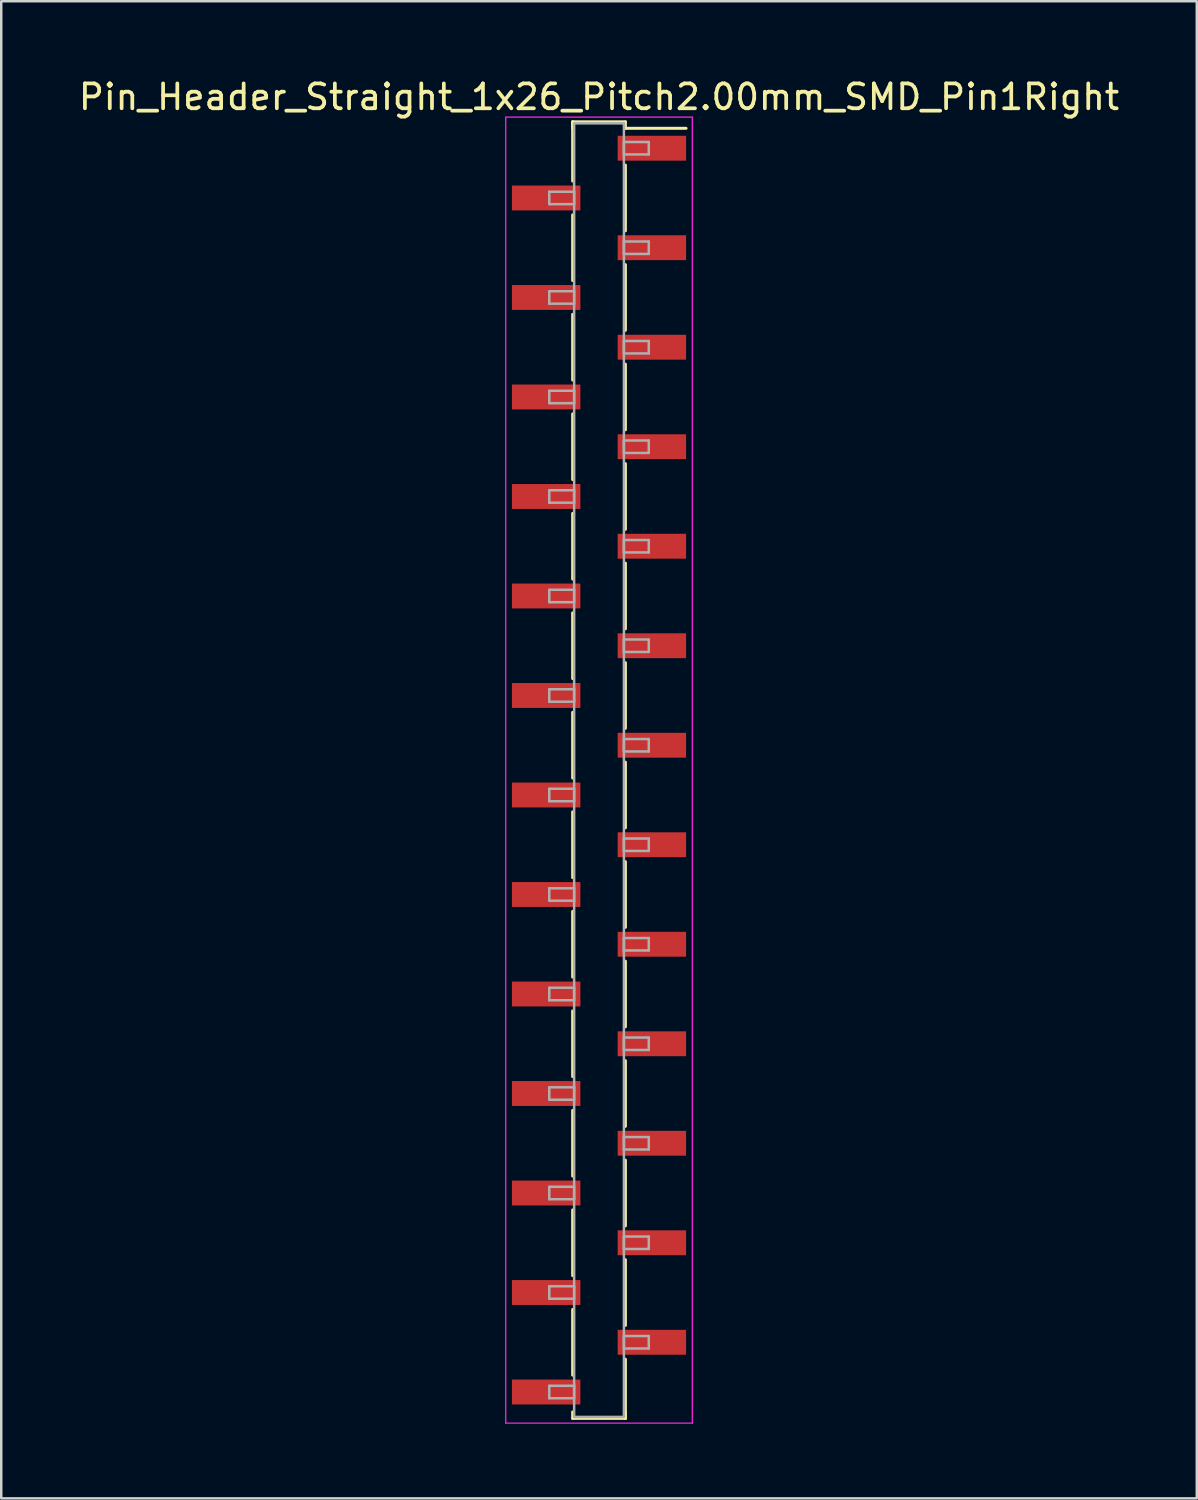
<source format=kicad_pcb>
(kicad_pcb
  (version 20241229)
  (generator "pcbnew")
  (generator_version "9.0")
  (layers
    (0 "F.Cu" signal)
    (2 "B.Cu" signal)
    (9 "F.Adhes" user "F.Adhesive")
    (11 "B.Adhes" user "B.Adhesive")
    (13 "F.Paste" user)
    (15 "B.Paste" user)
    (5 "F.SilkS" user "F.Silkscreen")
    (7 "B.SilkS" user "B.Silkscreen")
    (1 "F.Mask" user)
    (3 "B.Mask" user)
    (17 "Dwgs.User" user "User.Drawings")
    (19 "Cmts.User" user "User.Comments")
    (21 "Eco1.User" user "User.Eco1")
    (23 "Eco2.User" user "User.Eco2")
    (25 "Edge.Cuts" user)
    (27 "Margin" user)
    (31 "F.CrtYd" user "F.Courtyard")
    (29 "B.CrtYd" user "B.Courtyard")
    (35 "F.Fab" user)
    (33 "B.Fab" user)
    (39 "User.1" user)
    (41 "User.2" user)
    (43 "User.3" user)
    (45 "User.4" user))
  (footprint "Pin_Header_Straight_1x26_Pitch2.00mm_SMD_Pin1Right"
    (layer "F.Cu")
    (at 21.03 27.908)
    (property "Reference" "Pin_Header_Straight_1x26_Pitch2.00mm_SMD_Pin1Right" (at 0 -27.06 0) (layer "F.SilkS") (effects (font (size 1 1) (thickness 0.15))))
    (attr smd)
    (fp_line (start -1.06 -26.06) (end -1.06 -23.68) (stroke (width 0.12) (type solid)) (layer "F.SilkS"))
    (fp_line (start -1.06 -26.06) (end 1.06 -26.06) (stroke (width 0.12) (type solid)) (layer "F.SilkS"))
    (fp_line (start -1.06 -25.8) (end -1.06 -26.06) (stroke (width 0.12) (type solid)) (layer "F.SilkS"))
    (fp_line (start -1.06 -22.32) (end -1.06 -19.68) (stroke (width 0.12) (type solid)) (layer "F.SilkS"))
    (fp_line (start -1.06 -18.32) (end -1.06 -15.68) (stroke (width 0.12) (type solid)) (layer "F.SilkS"))
    (fp_line (start -1.06 -14.32) (end -1.06 -11.68) (stroke (width 0.12) (type solid)) (layer "F.SilkS"))
    (fp_line (start -1.06 -10.32) (end -1.06 -7.68) (stroke (width 0.12) (type solid)) (layer "F.SilkS"))
    (fp_line (start -1.06 -6.32) (end -1.06 -3.68) (stroke (width 0.12) (type solid)) (layer "F.SilkS"))
    (fp_line (start -1.06 -2.32) (end -1.06 0.32) (stroke (width 0.12) (type solid)) (layer "F.SilkS"))
    (fp_line (start -1.06 1.68) (end -1.06 4.32) (stroke (width 0.12) (type solid)) (layer "F.SilkS"))
    (fp_line (start -1.06 5.68) (end -1.06 8.32) (stroke (width 0.12) (type solid)) (layer "F.SilkS"))
    (fp_line (start -1.06 9.68) (end -1.06 12.32) (stroke (width 0.12) (type solid)) (layer "F.SilkS"))
    (fp_line (start -1.06 13.68) (end -1.06 16.32) (stroke (width 0.12) (type solid)) (layer "F.SilkS"))
    (fp_line (start -1.06 17.68) (end -1.06 20.32) (stroke (width 0.12) (type solid)) (layer "F.SilkS"))
    (fp_line (start -1.06 21.68) (end -1.06 24.32) (stroke (width 0.12) (type solid)) (layer "F.SilkS"))
    (fp_line (start -1.06 25.8) (end -1.06 26.06) (stroke (width 0.12) (type solid)) (layer "F.SilkS"))
    (fp_line (start -1.06 26.06) (end 1.06 26.06) (stroke (width 0.12) (type solid)) (layer "F.SilkS"))
    (fp_line (start 1.06 -26.06) (end 1.06 -25.8) (stroke (width 0.12) (type solid)) (layer "F.SilkS"))
    (fp_line (start 1.06 -25.8) (end 3.5 -25.8) (stroke (width 0.12) (type solid)) (layer "F.SilkS"))
    (fp_line (start 1.06 -24.32) (end 1.06 -21.68) (stroke (width 0.12) (type solid)) (layer "F.SilkS"))
    (fp_line (start 1.06 -20.32) (end 1.06 -17.68) (stroke (width 0.12) (type solid)) (layer "F.SilkS"))
    (fp_line (start 1.06 -16.32) (end 1.06 -13.68) (stroke (width 0.12) (type solid)) (layer "F.SilkS"))
    (fp_line (start 1.06 -12.32) (end 1.06 -9.68) (stroke (width 0.12) (type solid)) (layer "F.SilkS"))
    (fp_line (start 1.06 -8.32) (end 1.06 -5.68) (stroke (width 0.12) (type solid)) (layer "F.SilkS"))
    (fp_line (start 1.06 -4.32) (end 1.06 -1.68) (stroke (width 0.12) (type solid)) (layer "F.SilkS"))
    (fp_line (start 1.06 -0.32) (end 1.06 2.32) (stroke (width 0.12) (type solid)) (layer "F.SilkS"))
    (fp_line (start 1.06 3.68) (end 1.06 6.32) (stroke (width 0.12) (type solid)) (layer "F.SilkS"))
    (fp_line (start 1.06 7.68) (end 1.06 10.32) (stroke (width 0.12) (type solid)) (layer "F.SilkS"))
    (fp_line (start 1.06 11.68) (end 1.06 14.32) (stroke (width 0.12) (type solid)) (layer "F.SilkS"))
    (fp_line (start 1.06 15.68) (end 1.06 18.32) (stroke (width 0.12) (type solid)) (layer "F.SilkS"))
    (fp_line (start 1.06 19.68) (end 1.06 22.32) (stroke (width 0.12) (type solid)) (layer "F.SilkS"))
    (fp_line (start 1.06 23.68) (end 1.06 26.06) (stroke (width 0.12) (type solid)) (layer "F.SilkS"))
    (fp_line (start 1.06 26.06) (end 1.06 25.8) (stroke (width 0.12) (type solid)) (layer "F.SilkS"))
    (fp_line (start -3.75 -26.25) (end -3.75 26.25) (stroke (width 0.05) (type solid)) (layer "F.CrtYd"))
    (fp_line (start -3.75 26.25) (end 3.75 26.25) (stroke (width 0.05) (type solid)) (layer "F.CrtYd"))
    (fp_line (start 3.75 -26.25) (end -3.75 -26.25) (stroke (width 0.05) (type solid)) (layer "F.CrtYd"))
    (fp_line (start 3.75 26.25) (end 3.75 -26.25) (stroke (width 0.05) (type solid)) (layer "F.CrtYd"))
    (fp_line (start -2 -23.25) (end -1 -23.25) (stroke (width 0.1) (type solid)) (layer "F.Fab"))
    (fp_line (start -2 -22.75) (end -2 -23.25) (stroke (width 0.1) (type solid)) (layer "F.Fab"))
    (fp_line (start -2 -19.25) (end -1 -19.25) (stroke (width 0.1) (type solid)) (layer "F.Fab"))
    (fp_line (start -2 -18.75) (end -2 -19.25) (stroke (width 0.1) (type solid)) (layer "F.Fab"))
    (fp_line (start -2 -15.25) (end -1 -15.25) (stroke (width 0.1) (type solid)) (layer "F.Fab"))
    (fp_line (start -2 -14.75) (end -2 -15.25) (stroke (width 0.1) (type solid)) (layer "F.Fab"))
    (fp_line (start -2 -11.25) (end -1 -11.25) (stroke (width 0.1) (type solid)) (layer "F.Fab"))
    (fp_line (start -2 -10.75) (end -2 -11.25) (stroke (width 0.1) (type solid)) (layer "F.Fab"))
    (fp_line (start -2 -7.25) (end -1 -7.25) (stroke (width 0.1) (type solid)) (layer "F.Fab"))
    (fp_line (start -2 -6.75) (end -2 -7.25) (stroke (width 0.1) (type solid)) (layer "F.Fab"))
    (fp_line (start -2 -3.25) (end -1 -3.25) (stroke (width 0.1) (type solid)) (layer "F.Fab"))
    (fp_line (start -2 -2.75) (end -2 -3.25) (stroke (width 0.1) (type solid)) (layer "F.Fab"))
    (fp_line (start -2 0.75) (end -1 0.75) (stroke (width 0.1) (type solid)) (layer "F.Fab"))
    (fp_line (start -2 1.25) (end -2 0.75) (stroke (width 0.1) (type solid)) (layer "F.Fab"))
    (fp_line (start -2 4.75) (end -1 4.75) (stroke (width 0.1) (type solid)) (layer "F.Fab"))
    (fp_line (start -2 5.25) (end -2 4.75) (stroke (width 0.1) (type solid)) (layer "F.Fab"))
    (fp_line (start -2 8.75) (end -1 8.75) (stroke (width 0.1) (type solid)) (layer "F.Fab"))
    (fp_line (start -2 9.25) (end -2 8.75) (stroke (width 0.1) (type solid)) (layer "F.Fab"))
    (fp_line (start -2 12.75) (end -1 12.75) (stroke (width 0.1) (type solid)) (layer "F.Fab"))
    (fp_line (start -2 13.25) (end -2 12.75) (stroke (width 0.1) (type solid)) (layer "F.Fab"))
    (fp_line (start -2 16.75) (end -1 16.75) (stroke (width 0.1) (type solid)) (layer "F.Fab"))
    (fp_line (start -2 17.25) (end -2 16.75) (stroke (width 0.1) (type solid)) (layer "F.Fab"))
    (fp_line (start -2 20.75) (end -1 20.75) (stroke (width 0.1) (type solid)) (layer "F.Fab"))
    (fp_line (start -2 21.25) (end -2 20.75) (stroke (width 0.1) (type solid)) (layer "F.Fab"))
    (fp_line (start -2 24.75) (end -1 24.75) (stroke (width 0.1) (type solid)) (layer "F.Fab"))
    (fp_line (start -2 25.25) (end -2 24.75) (stroke (width 0.1) (type solid)) (layer "F.Fab"))
    (fp_line (start -1 -26) (end -1 26) (stroke (width 0.1) (type solid)) (layer "F.Fab"))
    (fp_line (start -1 -23.25) (end -1 -22.75) (stroke (width 0.1) (type solid)) (layer "F.Fab"))
    (fp_line (start -1 -22.75) (end -2 -22.75) (stroke (width 0.1) (type solid)) (layer "F.Fab"))
    (fp_line (start -1 -19.25) (end -1 -18.75) (stroke (width 0.1) (type solid)) (layer "F.Fab"))
    (fp_line (start -1 -18.75) (end -2 -18.75) (stroke (width 0.1) (type solid)) (layer "F.Fab"))
    (fp_line (start -1 -15.25) (end -1 -14.75) (stroke (width 0.1) (type solid)) (layer "F.Fab"))
    (fp_line (start -1 -14.75) (end -2 -14.75) (stroke (width 0.1) (type solid)) (layer "F.Fab"))
    (fp_line (start -1 -11.25) (end -1 -10.75) (stroke (width 0.1) (type solid)) (layer "F.Fab"))
    (fp_line (start -1 -10.75) (end -2 -10.75) (stroke (width 0.1) (type solid)) (layer "F.Fab"))
    (fp_line (start -1 -7.25) (end -1 -6.75) (stroke (width 0.1) (type solid)) (layer "F.Fab"))
    (fp_line (start -1 -6.75) (end -2 -6.75) (stroke (width 0.1) (type solid)) (layer "F.Fab"))
    (fp_line (start -1 -3.25) (end -1 -2.75) (stroke (width 0.1) (type solid)) (layer "F.Fab"))
    (fp_line (start -1 -2.75) (end -2 -2.75) (stroke (width 0.1) (type solid)) (layer "F.Fab"))
    (fp_line (start -1 0.75) (end -1 1.25) (stroke (width 0.1) (type solid)) (layer "F.Fab"))
    (fp_line (start -1 1.25) (end -2 1.25) (stroke (width 0.1) (type solid)) (layer "F.Fab"))
    (fp_line (start -1 4.75) (end -1 5.25) (stroke (width 0.1) (type solid)) (layer "F.Fab"))
    (fp_line (start -1 5.25) (end -2 5.25) (stroke (width 0.1) (type solid)) (layer "F.Fab"))
    (fp_line (start -1 8.75) (end -1 9.25) (stroke (width 0.1) (type solid)) (layer "F.Fab"))
    (fp_line (start -1 9.25) (end -2 9.25) (stroke (width 0.1) (type solid)) (layer "F.Fab"))
    (fp_line (start -1 12.75) (end -1 13.25) (stroke (width 0.1) (type solid)) (layer "F.Fab"))
    (fp_line (start -1 13.25) (end -2 13.25) (stroke (width 0.1) (type solid)) (layer "F.Fab"))
    (fp_line (start -1 16.75) (end -1 17.25) (stroke (width 0.1) (type solid)) (layer "F.Fab"))
    (fp_line (start -1 17.25) (end -2 17.25) (stroke (width 0.1) (type solid)) (layer "F.Fab"))
    (fp_line (start -1 20.75) (end -1 21.25) (stroke (width 0.1) (type solid)) (layer "F.Fab"))
    (fp_line (start -1 21.25) (end -2 21.25) (stroke (width 0.1) (type solid)) (layer "F.Fab"))
    (fp_line (start -1 24.75) (end -1 25.25) (stroke (width 0.1) (type solid)) (layer "F.Fab"))
    (fp_line (start -1 25.25) (end -2 25.25) (stroke (width 0.1) (type solid)) (layer "F.Fab"))
    (fp_line (start -1 26) (end 1 26) (stroke (width 0.1) (type solid)) (layer "F.Fab"))
    (fp_line (start 1 -26) (end -1 -26) (stroke (width 0.1) (type solid)) (layer "F.Fab"))
    (fp_line (start 1 -25.25) (end 1 -24.75) (stroke (width 0.1) (type solid)) (layer "F.Fab"))
    (fp_line (start 1 -24.75) (end 2 -24.75) (stroke (width 0.1) (type solid)) (layer "F.Fab"))
    (fp_line (start 1 -21.25) (end 1 -20.75) (stroke (width 0.1) (type solid)) (layer "F.Fab"))
    (fp_line (start 1 -20.75) (end 2 -20.75) (stroke (width 0.1) (type solid)) (layer "F.Fab"))
    (fp_line (start 1 -17.25) (end 1 -16.75) (stroke (width 0.1) (type solid)) (layer "F.Fab"))
    (fp_line (start 1 -16.75) (end 2 -16.75) (stroke (width 0.1) (type solid)) (layer "F.Fab"))
    (fp_line (start 1 -13.25) (end 1 -12.75) (stroke (width 0.1) (type solid)) (layer "F.Fab"))
    (fp_line (start 1 -12.75) (end 2 -12.75) (stroke (width 0.1) (type solid)) (layer "F.Fab"))
    (fp_line (start 1 -9.25) (end 1 -8.75) (stroke (width 0.1) (type solid)) (layer "F.Fab"))
    (fp_line (start 1 -8.75) (end 2 -8.75) (stroke (width 0.1) (type solid)) (layer "F.Fab"))
    (fp_line (start 1 -5.25) (end 1 -4.75) (stroke (width 0.1) (type solid)) (layer "F.Fab"))
    (fp_line (start 1 -4.75) (end 2 -4.75) (stroke (width 0.1) (type solid)) (layer "F.Fab"))
    (fp_line (start 1 -1.25) (end 1 -0.75) (stroke (width 0.1) (type solid)) (layer "F.Fab"))
    (fp_line (start 1 -0.75) (end 2 -0.75) (stroke (width 0.1) (type solid)) (layer "F.Fab"))
    (fp_line (start 1 2.75) (end 1 3.25) (stroke (width 0.1) (type solid)) (layer "F.Fab"))
    (fp_line (start 1 3.25) (end 2 3.25) (stroke (width 0.1) (type solid)) (layer "F.Fab"))
    (fp_line (start 1 6.75) (end 1 7.25) (stroke (width 0.1) (type solid)) (layer "F.Fab"))
    (fp_line (start 1 7.25) (end 2 7.25) (stroke (width 0.1) (type solid)) (layer "F.Fab"))
    (fp_line (start 1 10.75) (end 1 11.25) (stroke (width 0.1) (type solid)) (layer "F.Fab"))
    (fp_line (start 1 11.25) (end 2 11.25) (stroke (width 0.1) (type solid)) (layer "F.Fab"))
    (fp_line (start 1 14.75) (end 1 15.25) (stroke (width 0.1) (type solid)) (layer "F.Fab"))
    (fp_line (start 1 15.25) (end 2 15.25) (stroke (width 0.1) (type solid)) (layer "F.Fab"))
    (fp_line (start 1 18.75) (end 1 19.25) (stroke (width 0.1) (type solid)) (layer "F.Fab"))
    (fp_line (start 1 19.25) (end 2 19.25) (stroke (width 0.1) (type solid)) (layer "F.Fab"))
    (fp_line (start 1 22.75) (end 1 23.25) (stroke (width 0.1) (type solid)) (layer "F.Fab"))
    (fp_line (start 1 23.25) (end 2 23.25) (stroke (width 0.1) (type solid)) (layer "F.Fab"))
    (fp_line (start 1 26) (end 1 -26) (stroke (width 0.1) (type solid)) (layer "F.Fab"))
    (fp_line (start 2 -25.25) (end 1 -25.25) (stroke (width 0.1) (type solid)) (layer "F.Fab"))
    (fp_line (start 2 -24.75) (end 2 -25.25) (stroke (width 0.1) (type solid)) (layer "F.Fab"))
    (fp_line (start 2 -21.25) (end 1 -21.25) (stroke (width 0.1) (type solid)) (layer "F.Fab"))
    (fp_line (start 2 -20.75) (end 2 -21.25) (stroke (width 0.1) (type solid)) (layer "F.Fab"))
    (fp_line (start 2 -17.25) (end 1 -17.25) (stroke (width 0.1) (type solid)) (layer "F.Fab"))
    (fp_line (start 2 -16.75) (end 2 -17.25) (stroke (width 0.1) (type solid)) (layer "F.Fab"))
    (fp_line (start 2 -13.25) (end 1 -13.25) (stroke (width 0.1) (type solid)) (layer "F.Fab"))
    (fp_line (start 2 -12.75) (end 2 -13.25) (stroke (width 0.1) (type solid)) (layer "F.Fab"))
    (fp_line (start 2 -9.25) (end 1 -9.25) (stroke (width 0.1) (type solid)) (layer "F.Fab"))
    (fp_line (start 2 -8.75) (end 2 -9.25) (stroke (width 0.1) (type solid)) (layer "F.Fab"))
    (fp_line (start 2 -5.25) (end 1 -5.25) (stroke (width 0.1) (type solid)) (layer "F.Fab"))
    (fp_line (start 2 -4.75) (end 2 -5.25) (stroke (width 0.1) (type solid)) (layer "F.Fab"))
    (fp_line (start 2 -1.25) (end 1 -1.25) (stroke (width 0.1) (type solid)) (layer "F.Fab"))
    (fp_line (start 2 -0.75) (end 2 -1.25) (stroke (width 0.1) (type solid)) (layer "F.Fab"))
    (fp_line (start 2 2.75) (end 1 2.75) (stroke (width 0.1) (type solid)) (layer "F.Fab"))
    (fp_line (start 2 3.25) (end 2 2.75) (stroke (width 0.1) (type solid)) (layer "F.Fab"))
    (fp_line (start 2 6.75) (end 1 6.75) (stroke (width 0.1) (type solid)) (layer "F.Fab"))
    (fp_line (start 2 7.25) (end 2 6.75) (stroke (width 0.1) (type solid)) (layer "F.Fab"))
    (fp_line (start 2 10.75) (end 1 10.75) (stroke (width 0.1) (type solid)) (layer "F.Fab"))
    (fp_line (start 2 11.25) (end 2 10.75) (stroke (width 0.1) (type solid)) (layer "F.Fab"))
    (fp_line (start 2 14.75) (end 1 14.75) (stroke (width 0.1) (type solid)) (layer "F.Fab"))
    (fp_line (start 2 15.25) (end 2 14.75) (stroke (width 0.1) (type solid)) (layer "F.Fab"))
    (fp_line (start 2 18.75) (end 1 18.75) (stroke (width 0.1) (type solid)) (layer "F.Fab"))
    (fp_line (start 2 19.25) (end 2 18.75) (stroke (width 0.1) (type solid)) (layer "F.Fab"))
    (fp_line (start 2 22.75) (end 1 22.75) (stroke (width 0.1) (type solid)) (layer "F.Fab"))
    (fp_line (start 2 23.25) (end 2 22.75) (stroke (width 0.1) (type solid)) (layer "F.Fab"))
    (pad "1" smd rect (at 2.125 -25) (size 2.75 1) (layers "F.Cu" "F.Mask"))
    (pad "2" smd rect (at -2.125 -23) (size 2.75 1) (layers "F.Cu" "F.Mask"))
    (pad "3" smd rect (at 2.125 -21) (size 2.75 1) (layers "F.Cu" "F.Mask"))
    (pad "4" smd rect (at -2.125 -19) (size 2.75 1) (layers "F.Cu" "F.Mask"))
    (pad "5" smd rect (at 2.125 -17) (size 2.75 1) (layers "F.Cu" "F.Mask"))
    (pad "6" smd rect (at -2.125 -15) (size 2.75 1) (layers "F.Cu" "F.Mask"))
    (pad "7" smd rect (at 2.125 -13) (size 2.75 1) (layers "F.Cu" "F.Mask"))
    (pad "8" smd rect (at -2.125 -11) (size 2.75 1) (layers "F.Cu" "F.Mask"))
    (pad "9" smd rect (at 2.125 -9) (size 2.75 1) (layers "F.Cu" "F.Mask"))
    (pad "10" smd rect (at -2.125 -7) (size 2.75 1) (layers "F.Cu" "F.Mask"))
    (pad "11" smd rect (at 2.125 -5) (size 2.75 1) (layers "F.Cu" "F.Mask"))
    (pad "12" smd rect (at -2.125 -3) (size 2.75 1) (layers "F.Cu" "F.Mask"))
    (pad "13" smd rect (at 2.125 -1) (size 2.75 1) (layers "F.Cu" "F.Mask"))
    (pad "14" smd rect (at -2.125 1) (size 2.75 1) (layers "F.Cu" "F.Mask"))
    (pad "15" smd rect (at 2.125 3) (size 2.75 1) (layers "F.Cu" "F.Mask"))
    (pad "16" smd rect (at -2.125 5) (size 2.75 1) (layers "F.Cu" "F.Mask"))
    (pad "17" smd rect (at 2.125 7) (size 2.75 1) (layers "F.Cu" "F.Mask"))
    (pad "18" smd rect (at -2.125 9) (size 2.75 1) (layers "F.Cu" "F.Mask"))
    (pad "19" smd rect (at 2.125 11) (size 2.75 1) (layers "F.Cu" "F.Mask"))
    (pad "20" smd rect (at -2.125 13) (size 2.75 1) (layers "F.Cu" "F.Mask"))
    (pad "21" smd rect (at 2.125 15) (size 2.75 1) (layers "F.Cu" "F.Mask"))
    (pad "22" smd rect (at -2.125 17) (size 2.75 1) (layers "F.Cu" "F.Mask"))
    (pad "23" smd rect (at 2.125 19) (size 2.75 1) (layers "F.Cu" "F.Mask"))
    (pad "24" smd rect (at -2.125 21) (size 2.75 1) (layers "F.Cu" "F.Mask"))
    (pad "25" smd rect (at 2.125 23) (size 2.75 1) (layers "F.Cu" "F.Mask"))
    (pad "26" smd rect (at -2.125 25) (size 2.75 1) (layers "F.Cu" "F.Mask")))
  (gr_rect
    (start -3 -3)
    (end 45.06 57.183)
    (stroke (width 0.1) (type default))
    (fill no)
    (layer "Edge.Cuts")))
</source>
